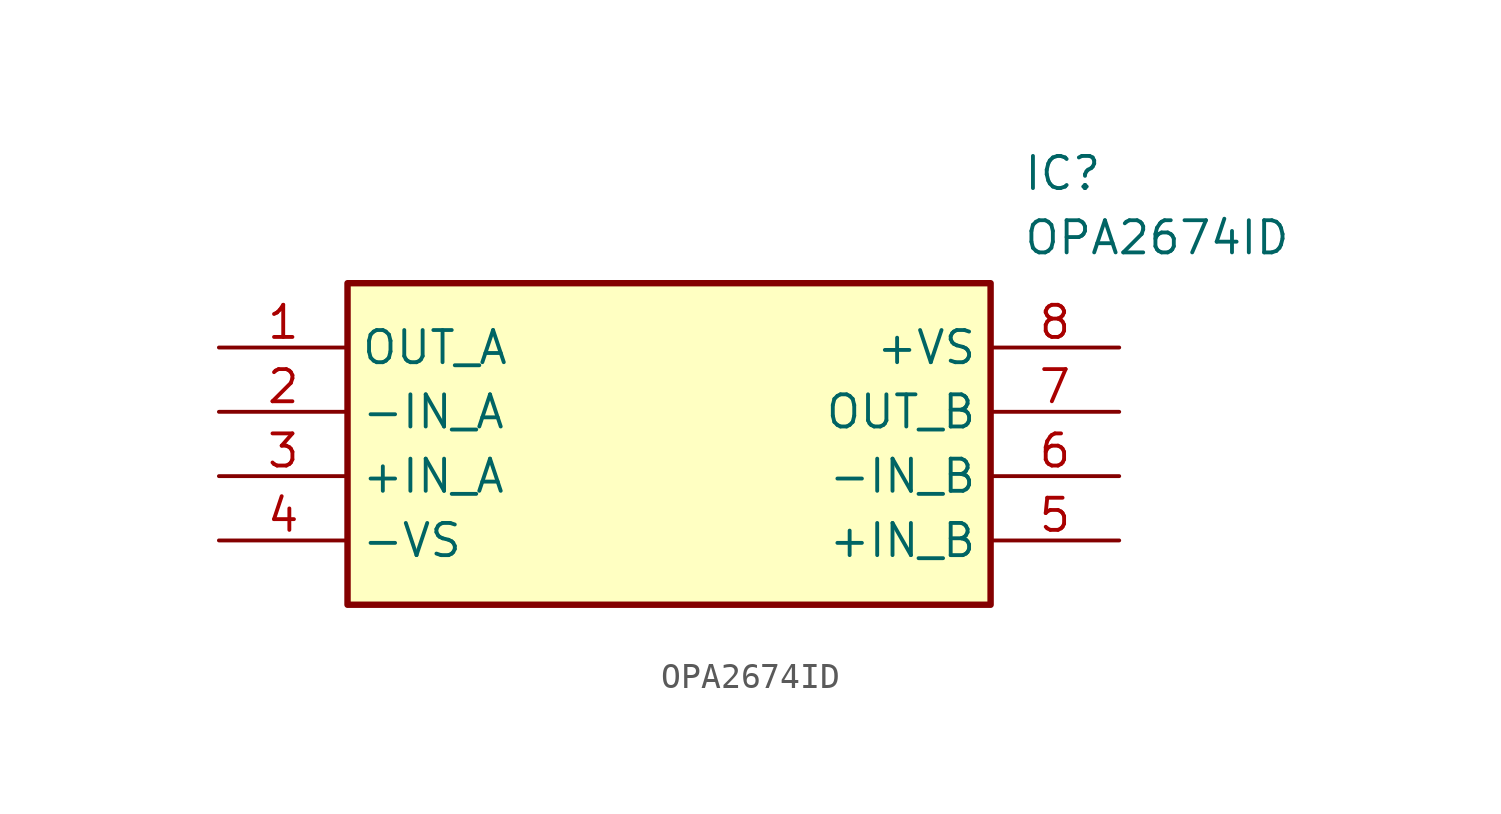
<source format=kicad_sym>
(kicad_symbol_lib
  (version 20211014)
  (generator SamacSys_ECAD_Model)
  (symbol "OPA2674ID"
    (property "Reference" "IC"
      (at 31.75 7.62 0)
      (effects (font (size 1.27 1.27)) (justify left top)))
    (property "Value" "OPA2674ID"
      (at 31.75 5.08 0)
      (effects (font (size 1.27 1.27)) (justify left top)))
    (rectangle
      (start 5.08 2.54)
      (end 30.48 -10.16)
      (stroke (width 0.254) (type default))
      (fill (type background)))
    (pin passive line
      (at 0 0 0)
      (length 5.08)
      (name "OUT_A" (effects (font (size 1.27 1.27))))
      (number "1" (effects (font (size 1.27 1.27)))))
    (pin passive line
      (at 0 -2.54 0)
      (length 5.08)
      (name "-IN_A" (effects (font (size 1.27 1.27))))
      (number "2" (effects (font (size 1.27 1.27)))))
    (pin passive line
      (at 0 -5.08 0)
      (length 5.08)
      (name "+IN_A" (effects (font (size 1.27 1.27))))
      (number "3" (effects (font (size 1.27 1.27)))))
    (pin passive line
      (at 0 -7.62 0)
      (length 5.08)
      (name "-VS" (effects (font (size 1.27 1.27))))
      (number "4" (effects (font (size 1.27 1.27)))))
    (pin passive line
      (at 35.56 0 180)
      (length 5.08)
      (name "+VS" (effects (font (size 1.27 1.27))))
      (number "8" (effects (font (size 1.27 1.27)))))
    (pin passive line
      (at 35.56 -2.54 180)
      (length 5.08)
      (name "OUT_B" (effects (font (size 1.27 1.27))))
      (number "7" (effects (font (size 1.27 1.27)))))
    (pin passive line
      (at 35.56 -5.08 180)
      (length 5.08)
      (name "-IN_B" (effects (font (size 1.27 1.27))))
      (number "6" (effects (font (size 1.27 1.27)))))
    (pin passive line
      (at 35.56 -7.62 180)
      (length 5.08)
      (name "+IN_B" (effects (font (size 1.27 1.27))))
      (number "5" (effects (font (size 1.27 1.27)))))))
</source>
